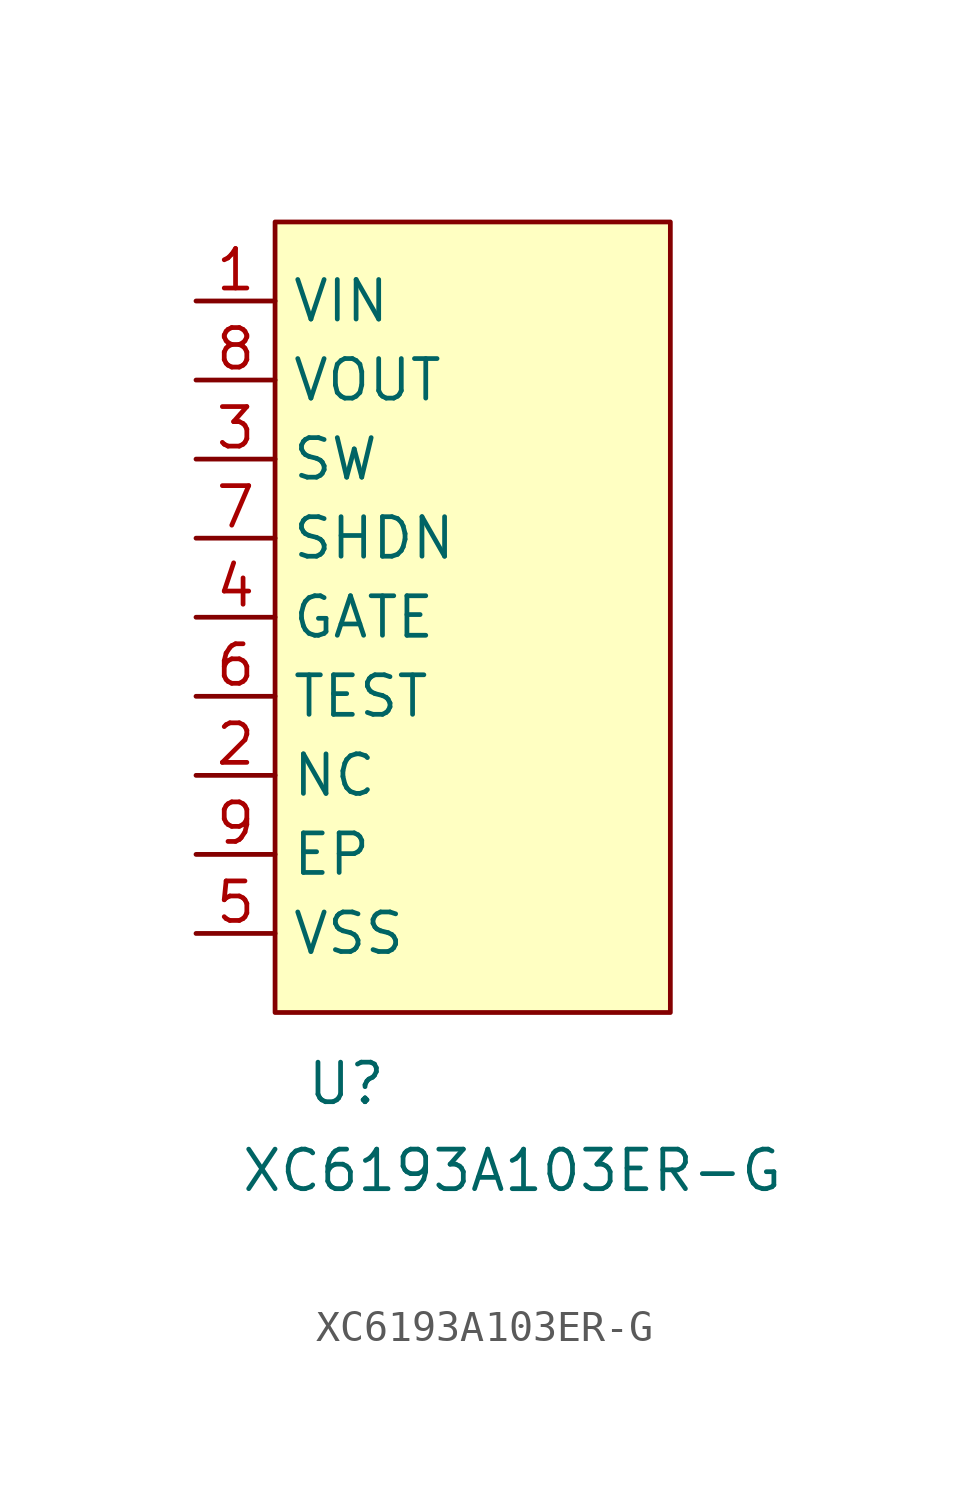
<source format=kicad_sym>
(kicad_symbol_lib
  (version 20241209)
  (generator "kicad_symbol_editor")
  (generator_version "9.0")
  (symbol "XC6193A103ER-G"
    (property "Reference" "U"
      (at 2.286 -2.286 0)
      (effects (font (size 1.27 1.27))))
    (property "Value" "XC6193A103ER-G"
      (at 7.62 -5.08 0)
      (effects (font (size 1.27 1.27))))
    (symbol "XC6193A103ER-G_1_1"
      (rectangle (start 0 25.4) (end 12.7 0) (stroke (width 0) (type solid)) (fill (type background)))
      (pin input line (at -2.54 22.86 0) (length 2.54) (name "VIN" (effects (font (size 1.27 1.27)))) (number "1" (effects (font (size 1.27 1.27)))))
      (pin input line (at -2.54 20.32 0) (length 2.54) (name "VOUT" (effects (font (size 1.27 1.27)))) (number "8" (effects (font (size 1.27 1.27)))))
      (pin input line (at -2.54 17.78 0) (length 2.54) (name "SW" (effects (font (size 1.27 1.27)))) (number "3" (effects (font (size 1.27 1.27)))))
      (pin input line (at -2.54 15.24 0) (length 2.54) (name "SHDN" (effects (font (size 1.27 1.27)))) (number "7" (effects (font (size 1.27 1.27)))))
      (pin input line (at -2.54 12.7 0) (length 2.54) (name "GATE" (effects (font (size 1.27 1.27)))) (number "4" (effects (font (size 1.27 1.27)))))
      (pin input line (at -2.54 10.16 0) (length 2.54) (name "TEST" (effects (font (size 1.27 1.27)))) (number "6" (effects (font (size 1.27 1.27)))))
      (pin input line (at -2.54 7.62 0) (length 2.54) (name "NC" (effects (font (size 1.27 1.27)))) (number "2" (effects (font (size 1.27 1.27)))))
      (pin input line (at -2.54 5.08 0) (length 2.54) (name "EP" (effects (font (size 1.27 1.27)))) (number "9" (effects (font (size 1.27 1.27)))))
      (pin input line (at -2.54 2.54 0) (length 2.54) (name "VSS" (effects (font (size 1.27 1.27)))) (number "5" (effects (font (size 1.27 1.27))))))))
</source>
